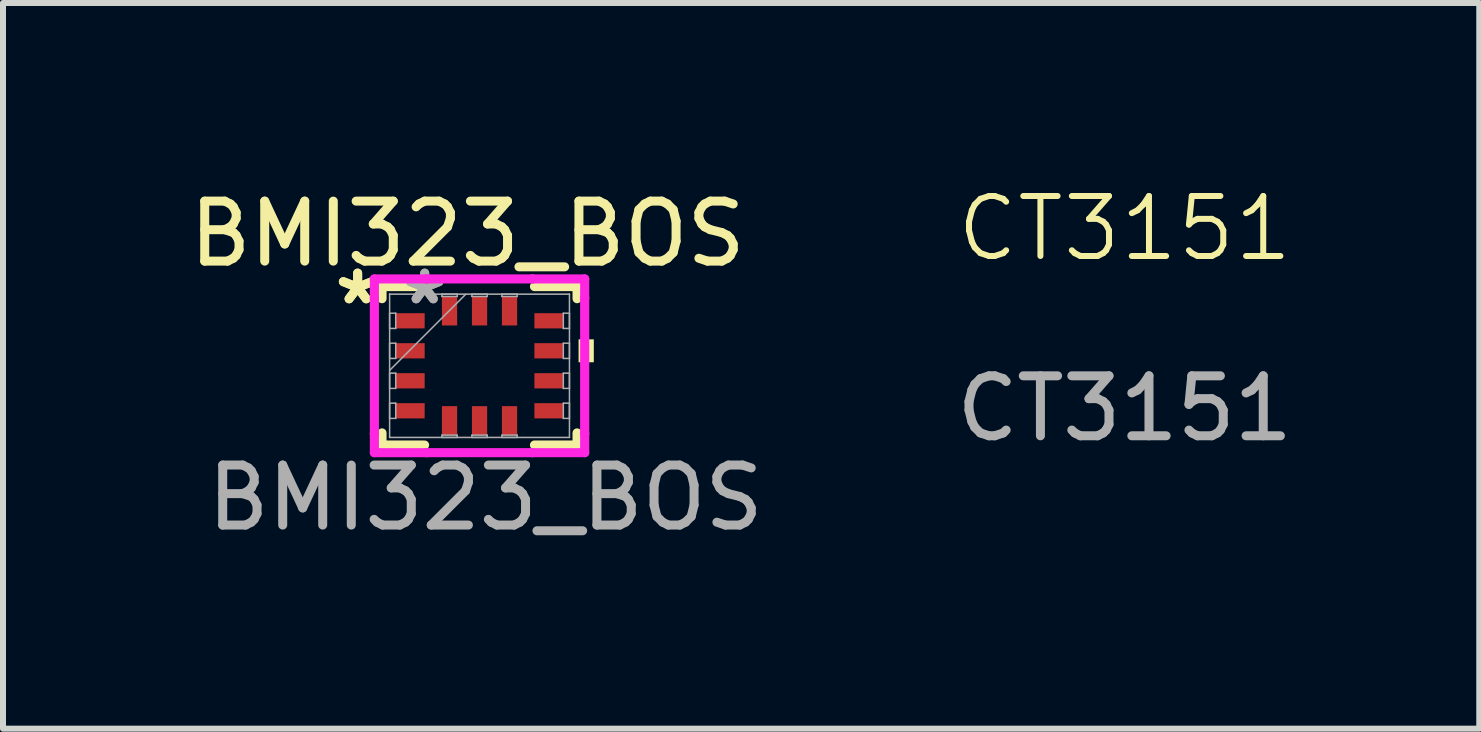
<source format=kicad_pcb>
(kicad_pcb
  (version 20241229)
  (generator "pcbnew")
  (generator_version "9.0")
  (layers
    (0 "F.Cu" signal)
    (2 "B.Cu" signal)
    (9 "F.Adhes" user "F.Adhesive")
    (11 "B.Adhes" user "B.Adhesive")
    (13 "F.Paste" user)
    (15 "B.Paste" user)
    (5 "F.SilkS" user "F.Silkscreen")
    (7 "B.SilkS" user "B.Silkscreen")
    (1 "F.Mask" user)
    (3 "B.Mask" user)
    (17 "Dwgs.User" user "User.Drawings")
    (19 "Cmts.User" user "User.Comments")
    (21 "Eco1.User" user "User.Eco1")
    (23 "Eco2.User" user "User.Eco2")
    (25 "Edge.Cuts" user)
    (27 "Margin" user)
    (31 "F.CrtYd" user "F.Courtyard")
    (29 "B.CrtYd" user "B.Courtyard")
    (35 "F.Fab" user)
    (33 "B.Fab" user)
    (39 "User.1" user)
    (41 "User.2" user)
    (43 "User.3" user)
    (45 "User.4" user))
  (footprint "CT3151"
    (layer "F.Cu")
    (at 15.699 1.26)
    (property "Reference" "CT3151" (at 0 -0.5 0) (unlocked yes) (layer "F.SilkS") (effects (font (size 1 1) (thickness 0.1))))
    (attr through_hole)
    (fp_text user "${REFERENCE}" (at 0 2.5 0) (unlocked yes) (layer "F.Fab") (effects (font (size 1 1) (thickness 0.15)))))
  (footprint "BMI323_BOS"
    (layer "F.Cu")
    (at 4.944 3.048)
    (property "Reference" "BMI323_BOS" (at -0.2 -2.2 0) (unlocked yes) (layer "F.SilkS") (effects (font (size 1 1) (thickness 0.15))))
    (attr smd)
    (fp_line (start -1.626 -1.321) (end -1.626 -1.119) (stroke (width 0.152) (type solid)) (layer "F.SilkS"))
    (fp_line (start -1.626 1.119) (end -1.626 1.321) (stroke (width 0.152) (type solid)) (layer "F.SilkS"))
    (fp_line (start -1.626 1.321) (end -0.916 1.321) (stroke (width 0.152) (type solid)) (layer "F.SilkS"))
    (fp_line (start -0.916 -1.321) (end -1.626 -1.321) (stroke (width 0.152) (type solid)) (layer "F.SilkS"))
    (fp_line (start 0.916 1.321) (end 1.626 1.321) (stroke (width 0.152) (type solid)) (layer "F.SilkS"))
    (fp_line (start 1.626 -1.321) (end 0.916 -1.321) (stroke (width 0.152) (type solid)) (layer "F.SilkS"))
    (fp_line (start 1.626 -1.119) (end 1.626 -1.321) (stroke (width 0.152) (type solid)) (layer "F.SilkS"))
    (fp_line (start 1.626 1.321) (end 1.626 1.119) (stroke (width 0.152) (type solid)) (layer "F.SilkS"))
    (fp_poly (pts (xy 1.905 -0.441) (xy 1.905 -0.059) (xy 1.651 -0.059) (xy 1.651 -0.441)) (stroke (width 0) (type solid)) (fill yes) (layer "F.SilkS"))
    (fp_line (start -1.753 -1.448) (end -0.881 -1.448) (stroke (width 0.152) (type solid)) (layer "F.CrtYd"))
    (fp_line (start -1.753 -1.131) (end -1.753 -1.448) (stroke (width 0.152) (type solid)) (layer "F.CrtYd"))
    (fp_line (start -1.753 -1.131) (end -1.753 -1.131) (stroke (width 0.152) (type solid)) (layer "F.CrtYd"))
    (fp_line (start -1.753 1.131) (end -1.753 -1.131) (stroke (width 0.152) (type solid)) (layer "F.CrtYd"))
    (fp_line (start -1.753 1.131) (end -1.753 1.131) (stroke (width 0.152) (type solid)) (layer "F.CrtYd"))
    (fp_line (start -1.753 1.448) (end -1.753 1.131) (stroke (width 0.152) (type solid)) (layer "F.CrtYd"))
    (fp_line (start -0.881 -1.448) (end -0.881 -1.448) (stroke (width 0.152) (type solid)) (layer "F.CrtYd"))
    (fp_line (start -0.881 -1.448) (end 0.881 -1.448) (stroke (width 0.152) (type solid)) (layer "F.CrtYd"))
    (fp_line (start -0.881 1.448) (end -1.753 1.448) (stroke (width 0.152) (type solid)) (layer "F.CrtYd"))
    (fp_line (start -0.881 1.448) (end -0.881 1.448) (stroke (width 0.152) (type solid)) (layer "F.CrtYd"))
    (fp_line (start 0.881 -1.448) (end 0.881 -1.448) (stroke (width 0.152) (type solid)) (layer "F.CrtYd"))
    (fp_line (start 0.881 -1.448) (end 1.753 -1.448) (stroke (width 0.152) (type solid)) (layer "F.CrtYd"))
    (fp_line (start 0.881 1.448) (end -0.881 1.448) (stroke (width 0.152) (type solid)) (layer "F.CrtYd"))
    (fp_line (start 0.881 1.448) (end 0.881 1.448) (stroke (width 0.152) (type solid)) (layer "F.CrtYd"))
    (fp_line (start 1.753 -1.448) (end 1.753 -1.131) (stroke (width 0.152) (type solid)) (layer "F.CrtYd"))
    (fp_line (start 1.753 -1.131) (end 1.753 -1.131) (stroke (width 0.152) (type solid)) (layer "F.CrtYd"))
    (fp_line (start 1.753 -1.131) (end 1.753 1.131) (stroke (width 0.152) (type solid)) (layer "F.CrtYd"))
    (fp_line (start 1.753 1.131) (end 1.753 1.131) (stroke (width 0.152) (type solid)) (layer "F.CrtYd"))
    (fp_line (start 1.753 1.131) (end 1.753 1.448) (stroke (width 0.152) (type solid)) (layer "F.CrtYd"))
    (fp_line (start 1.753 1.448) (end 0.881 1.448) (stroke (width 0.152) (type solid)) (layer "F.CrtYd"))
    (fp_line (start -1.499 -1.194) (end -1.499 -1.194) (stroke (width 0.025) (type solid)) (layer "F.Fab"))
    (fp_line (start -1.499 -1.194) (end -1.499 1.194) (stroke (width 0.025) (type solid)) (layer "F.Fab"))
    (fp_line (start -1.499 -0.877) (end -1.397 -0.877) (stroke (width 0.025) (type solid)) (layer "F.Fab"))
    (fp_line (start -1.499 -0.623) (end -1.499 -0.877) (stroke (width 0.025) (type solid)) (layer "F.Fab"))
    (fp_line (start -1.499 -0.377) (end -1.397 -0.377) (stroke (width 0.025) (type solid)) (layer "F.Fab"))
    (fp_line (start -1.499 -0.123) (end -1.499 -0.377) (stroke (width 0.025) (type solid)) (layer "F.Fab"))
    (fp_line (start -1.499 0.076) (end -0.229 -1.194) (stroke (width 0.025) (type solid)) (layer "F.Fab"))
    (fp_line (start -1.499 0.123) (end -1.397 0.123) (stroke (width 0.025) (type solid)) (layer "F.Fab"))
    (fp_line (start -1.499 0.377) (end -1.499 0.123) (stroke (width 0.025) (type solid)) (layer "F.Fab"))
    (fp_line (start -1.499 0.623) (end -1.397 0.623) (stroke (width 0.025) (type solid)) (layer "F.Fab"))
    (fp_line (start -1.499 0.877) (end -1.499 0.623) (stroke (width 0.025) (type solid)) (layer "F.Fab"))
    (fp_line (start -1.499 1.194) (end -1.499 1.194) (stroke (width 0.025) (type solid)) (layer "F.Fab"))
    (fp_line (start -1.499 1.194) (end 1.499 1.194) (stroke (width 0.025) (type solid)) (layer "F.Fab"))
    (fp_line (start -1.397 -0.877) (end -1.397 -0.623) (stroke (width 0.025) (type solid)) (layer "F.Fab"))
    (fp_line (start -1.397 -0.623) (end -1.499 -0.623) (stroke (width 0.025) (type solid)) (layer "F.Fab"))
    (fp_line (start -1.397 -0.377) (end -1.397 -0.123) (stroke (width 0.025) (type solid)) (layer "F.Fab"))
    (fp_line (start -1.397 -0.123) (end -1.499 -0.123) (stroke (width 0.025) (type solid)) (layer "F.Fab"))
    (fp_line (start -1.397 0.123) (end -1.397 0.377) (stroke (width 0.025) (type solid)) (layer "F.Fab"))
    (fp_line (start -1.397 0.377) (end -1.499 0.377) (stroke (width 0.025) (type solid)) (layer "F.Fab"))
    (fp_line (start -1.397 0.623) (end -1.397 0.877) (stroke (width 0.025) (type solid)) (layer "F.Fab"))
    (fp_line (start -1.397 0.877) (end -1.499 0.877) (stroke (width 0.025) (type solid)) (layer "F.Fab"))
    (fp_line (start -0.627 -1.194) (end -0.373 -1.194) (stroke (width 0.025) (type solid)) (layer "F.Fab"))
    (fp_line (start -0.627 -1.156) (end -0.627 -1.194) (stroke (width 0.025) (type solid)) (layer "F.Fab"))
    (fp_line (start -0.627 1.156) (end -0.373 1.156) (stroke (width 0.025) (type solid)) (layer "F.Fab"))
    (fp_line (start -0.627 1.194) (end -0.627 1.156) (stroke (width 0.025) (type solid)) (layer "F.Fab"))
    (fp_line (start -0.373 -1.194) (end -0.373 -1.156) (stroke (width 0.025) (type solid)) (layer "F.Fab"))
    (fp_line (start -0.373 -1.156) (end -0.627 -1.156) (stroke (width 0.025) (type solid)) (layer "F.Fab"))
    (fp_line (start -0.373 1.156) (end -0.373 1.194) (stroke (width 0.025) (type solid)) (layer "F.Fab"))
    (fp_line (start -0.373 1.194) (end -0.627 1.194) (stroke (width 0.025) (type solid)) (layer "F.Fab"))
    (fp_line (start -0.127 -1.194) (end 0.127 -1.194) (stroke (width 0.025) (type solid)) (layer "F.Fab"))
    (fp_line (start -0.127 -1.156) (end -0.127 -1.194) (stroke (width 0.025) (type solid)) (layer "F.Fab"))
    (fp_line (start -0.127 1.156) (end 0.127 1.156) (stroke (width 0.025) (type solid)) (layer "F.Fab"))
    (fp_line (start -0.127 1.194) (end -0.127 1.156) (stroke (width 0.025) (type solid)) (layer "F.Fab"))
    (fp_line (start 0.127 -1.194) (end 0.127 -1.156) (stroke (width 0.025) (type solid)) (layer "F.Fab"))
    (fp_line (start 0.127 -1.156) (end -0.127 -1.156) (stroke (width 0.025) (type solid)) (layer "F.Fab"))
    (fp_line (start 0.127 1.156) (end 0.127 1.194) (stroke (width 0.025) (type solid)) (layer "F.Fab"))
    (fp_line (start 0.127 1.194) (end -0.127 1.194) (stroke (width 0.025) (type solid)) (layer "F.Fab"))
    (fp_line (start 0.373 -1.194) (end 0.627 -1.194) (stroke (width 0.025) (type solid)) (layer "F.Fab"))
    (fp_line (start 0.373 -1.156) (end 0.373 -1.194) (stroke (width 0.025) (type solid)) (layer "F.Fab"))
    (fp_line (start 0.373 1.156) (end 0.627 1.156) (stroke (width 0.025) (type solid)) (layer "F.Fab"))
    (fp_line (start 0.373 1.194) (end 0.373 1.156) (stroke (width 0.025) (type solid)) (layer "F.Fab"))
    (fp_line (start 0.627 -1.194) (end 0.627 -1.156) (stroke (width 0.025) (type solid)) (layer "F.Fab"))
    (fp_line (start 0.627 -1.156) (end 0.373 -1.156) (stroke (width 0.025) (type solid)) (layer "F.Fab"))
    (fp_line (start 0.627 1.156) (end 0.627 1.194) (stroke (width 0.025) (type solid)) (layer "F.Fab"))
    (fp_line (start 0.627 1.194) (end 0.373 1.194) (stroke (width 0.025) (type solid)) (layer "F.Fab"))
    (fp_line (start 1.397 -0.877) (end 1.499 -0.877) (stroke (width 0.025) (type solid)) (layer "F.Fab"))
    (fp_line (start 1.397 -0.623) (end 1.397 -0.877) (stroke (width 0.025) (type solid)) (layer "F.Fab"))
    (fp_line (start 1.397 -0.377) (end 1.499 -0.377) (stroke (width 0.025) (type solid)) (layer "F.Fab"))
    (fp_line (start 1.397 -0.123) (end 1.397 -0.377) (stroke (width 0.025) (type solid)) (layer "F.Fab"))
    (fp_line (start 1.397 0.123) (end 1.499 0.123) (stroke (width 0.025) (type solid)) (layer "F.Fab"))
    (fp_line (start 1.397 0.377) (end 1.397 0.123) (stroke (width 0.025) (type solid)) (layer "F.Fab"))
    (fp_line (start 1.397 0.623) (end 1.499 0.623) (stroke (width 0.025) (type solid)) (layer "F.Fab"))
    (fp_line (start 1.397 0.877) (end 1.397 0.623) (stroke (width 0.025) (type solid)) (layer "F.Fab"))
    (fp_line (start 1.499 -1.194) (end -1.499 -1.194) (stroke (width 0.025) (type solid)) (layer "F.Fab"))
    (fp_line (start 1.499 -1.194) (end 1.499 -1.194) (stroke (width 0.025) (type solid)) (layer "F.Fab"))
    (fp_line (start 1.499 -0.877) (end 1.499 -0.623) (stroke (width 0.025) (type solid)) (layer "F.Fab"))
    (fp_line (start 1.499 -0.623) (end 1.397 -0.623) (stroke (width 0.025) (type solid)) (layer "F.Fab"))
    (fp_line (start 1.499 -0.377) (end 1.499 -0.123) (stroke (width 0.025) (type solid)) (layer "F.Fab"))
    (fp_line (start 1.499 -0.123) (end 1.397 -0.123) (stroke (width 0.025) (type solid)) (layer "F.Fab"))
    (fp_line (start 1.499 0.123) (end 1.499 0.377) (stroke (width 0.025) (type solid)) (layer "F.Fab"))
    (fp_line (start 1.499 0.377) (end 1.397 0.377) (stroke (width 0.025) (type solid)) (layer "F.Fab"))
    (fp_line (start 1.499 0.623) (end 1.499 0.877) (stroke (width 0.025) (type solid)) (layer "F.Fab"))
    (fp_line (start 1.499 0.877) (end 1.397 0.877) (stroke (width 0.025) (type solid)) (layer "F.Fab"))
    (fp_line (start 1.499 1.194) (end 1.499 -1.194) (stroke (width 0.025) (type solid)) (layer "F.Fab"))
    (fp_line (start 1.499 1.194) (end 1.499 1.194) (stroke (width 0.025) (type solid)) (layer "F.Fab"))
    (fp_text user "*" (at -2.032 -1 0) (layer "F.SilkS") (effects (font (size 1 1) (thickness 0.15))))
    (fp_text user "*" (at -2.032 -1 0) (unlocked yes) (layer "F.SilkS") (effects (font (size 1 1) (thickness 0.15))))
    (fp_text user "*" (at -0.914 -1 0) (layer "F.Fab") (effects (font (size 1 1) (thickness 0.15))))
    (fp_text user "${REFERENCE}" (at 0.1 2.2 0) (unlocked yes) (layer "F.Fab") (effects (font (size 1 1) (thickness 0.15))))
    (fp_text user "*" (at -0.914 -1 0) (unlocked yes) (layer "F.Fab") (effects (font (size 1 1) (thickness 0.15))))
    (pad "1" smd rect (at -1.156 -0.75 90) (size 0.254 0.483) (layers "F.Cu" "F.Mask" "F.Paste"))
    (pad "2" smd rect (at -1.156 -0.25 90) (size 0.254 0.483) (layers "F.Cu" "F.Mask" "F.Paste"))
    (pad "3" smd rect (at -1.156 0.25 90) (size 0.254 0.483) (layers "F.Cu" "F.Mask" "F.Paste"))
    (pad "4" smd rect (at -1.156 0.75 90) (size 0.254 0.483) (layers "F.Cu" "F.Mask" "F.Paste"))
    (pad "5" smd rect (at -0.5 0.914) (size 0.254 0.483) (layers "F.Cu" "F.Mask" "F.Paste"))
    (pad "6" smd rect (at 0 0.914) (size 0.254 0.483) (layers "F.Cu" "F.Mask" "F.Paste"))
    (pad "7" smd rect (at 0.5 0.914) (size 0.254 0.483) (layers "F.Cu" "F.Mask" "F.Paste"))
    (pad "8" smd rect (at 1.156 0.75 90) (size 0.254 0.483) (layers "F.Cu" "F.Mask" "F.Paste"))
    (pad "9" smd rect (at 1.156 0.25 90) (size 0.254 0.483) (layers "F.Cu" "F.Mask" "F.Paste"))
    (pad "10" smd rect (at 1.156 -0.25 90) (size 0.254 0.483) (layers "F.Cu" "F.Mask" "F.Paste"))
    (pad "11" smd rect (at 1.156 -0.75 90) (size 0.254 0.483) (layers "F.Cu" "F.Mask" "F.Paste"))
    (pad "12" smd rect (at 0.5 -0.914) (size 0.254 0.483) (layers "F.Cu" "F.Mask" "F.Paste"))
    (pad "13" smd rect (at 0 -0.914) (size 0.254 0.483) (layers "F.Cu" "F.Mask" "F.Paste"))
    (pad "14" smd rect (at -0.5 -0.914) (size 0.254 0.483) (layers "F.Cu" "F.Mask" "F.Paste")))
  (gr_rect
    (start -3 -3)
    (end 21.61 9.097)
    (stroke (width 0.1) (type default))
    (fill no)
    (layer "Edge.Cuts")))
</source>
